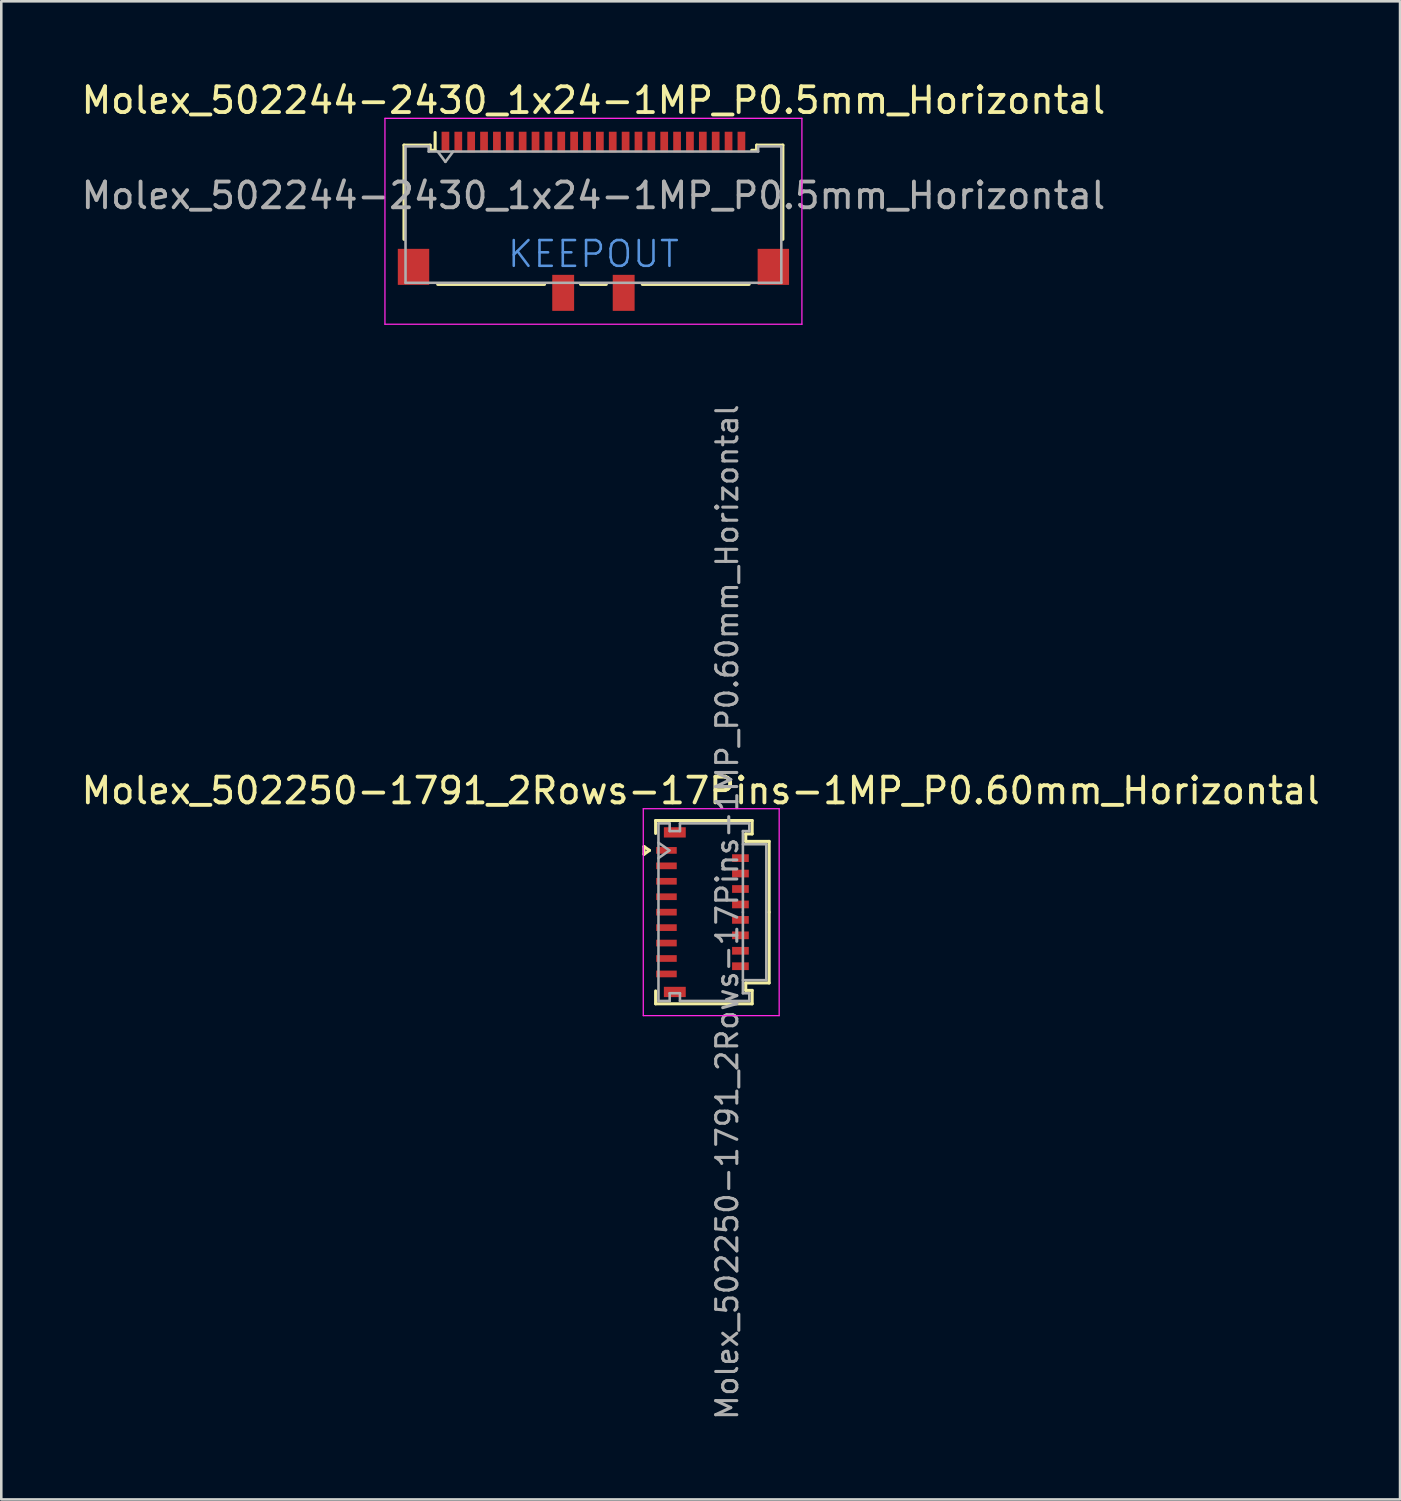
<source format=kicad_pcb>
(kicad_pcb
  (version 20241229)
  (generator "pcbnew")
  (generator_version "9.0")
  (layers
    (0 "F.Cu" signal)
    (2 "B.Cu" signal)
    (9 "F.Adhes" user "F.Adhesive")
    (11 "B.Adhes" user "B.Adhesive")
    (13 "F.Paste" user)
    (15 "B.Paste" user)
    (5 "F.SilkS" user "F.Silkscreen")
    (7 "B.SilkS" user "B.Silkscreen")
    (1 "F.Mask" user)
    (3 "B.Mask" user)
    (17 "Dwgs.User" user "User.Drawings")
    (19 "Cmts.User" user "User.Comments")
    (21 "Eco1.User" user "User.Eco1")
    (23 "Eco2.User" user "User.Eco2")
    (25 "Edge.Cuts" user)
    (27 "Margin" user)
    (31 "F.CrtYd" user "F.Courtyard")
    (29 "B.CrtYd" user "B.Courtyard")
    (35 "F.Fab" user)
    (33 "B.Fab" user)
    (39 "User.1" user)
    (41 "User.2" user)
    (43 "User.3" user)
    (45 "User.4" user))
  (footprint "Molex_502244-2430_1x24-1MP_P0.5mm_Horizontal"
    (layer "F.Cu")
    (at 20.006 5.548)
    (property "Reference" "Molex_502244-2430_1x24-1MP_P0.5mm_Horizontal" (at 0 -4.7 0) (layer "F.SilkS") (effects (font (size 1 1) (thickness 0.15))))
    (attr smd)
    (fp_line (start -7.36 -2.96) (end -6.35 -2.96) (stroke (width 0.12) (type solid)) (layer "F.SilkS"))
    (fp_line (start -7.36 0.7) (end -7.36 -2.96) (stroke (width 0.12) (type solid)) (layer "F.SilkS"))
    (fp_line (start -6.34 -2.76) (end -6.34 -2.96) (stroke (width 0.12) (type solid)) (layer "F.SilkS"))
    (fp_line (start -6.34 -2.76) (end -6.15 -2.76) (stroke (width 0.12) (type solid)) (layer "F.SilkS"))
    (fp_line (start -6.15 -2.76) (end -6.15 -3.45) (stroke (width 0.12) (type solid)) (layer "F.SilkS"))
    (fp_line (start -6.05 2.45) (end -1.9 2.45) (stroke (width 0.12) (type solid)) (layer "F.SilkS"))
    (fp_line (start -0.5 2.45) (end 0.5 2.45) (stroke (width 0.12) (type solid)) (layer "F.SilkS"))
    (fp_line (start 1.9 2.45) (end 6.05 2.45) (stroke (width 0.12) (type solid)) (layer "F.SilkS"))
    (fp_line (start 6.34 -2.96) (end 6.34 -2.76) (stroke (width 0.12) (type solid)) (layer "F.SilkS"))
    (fp_line (start 6.34 -2.76) (end 6.15 -2.76) (stroke (width 0.12) (type solid)) (layer "F.SilkS"))
    (fp_line (start 6.35 -2.96) (end 7.36 -2.96) (stroke (width 0.12) (type solid)) (layer "F.SilkS"))
    (fp_line (start 7.36 -2.96) (end 7.36 0.7) (stroke (width 0.12) (type solid)) (layer "F.SilkS"))
    (fp_line (start -8.1 -4) (end 8.1 -4) (stroke (width 0.05) (type solid)) (layer "F.CrtYd"))
    (fp_line (start -8.1 4) (end -8.1 -4) (stroke (width 0.05) (type solid)) (layer "F.CrtYd"))
    (fp_line (start 8.1 -4) (end 8.1 4) (stroke (width 0.05) (type solid)) (layer "F.CrtYd"))
    (fp_line (start 8.1 4) (end -8.1 4) (stroke (width 0.05) (type solid)) (layer "F.CrtYd"))
    (fp_line (start -7.3 -2.91) (end -7.3 2.39) (stroke (width 0.1) (type solid)) (layer "F.Fab"))
    (fp_line (start -7.3 2.39) (end 7.3 2.39) (stroke (width 0.1) (type solid)) (layer "F.Fab"))
    (fp_line (start -6.4 -2.91) (end -7.3 -2.91) (stroke (width 0.1) (type solid)) (layer "F.Fab"))
    (fp_line (start -6.4 -2.71) (end -6.4 -2.91) (stroke (width 0.1) (type solid)) (layer "F.Fab"))
    (fp_line (start -6.05 -2.71) (end -5.75 -2.31) (stroke (width 0.1) (type solid)) (layer "F.Fab"))
    (fp_line (start -5.75 -2.31) (end -5.45 -2.71) (stroke (width 0.1) (type solid)) (layer "F.Fab"))
    (fp_line (start 6.4 -2.91) (end 6.4 -2.71) (stroke (width 0.1) (type solid)) (layer "F.Fab"))
    (fp_line (start 6.4 -2.71) (end -6.4 -2.71) (stroke (width 0.1) (type solid)) (layer "F.Fab"))
    (fp_line (start 7.3 -2.91) (end 6.4 -2.91) (stroke (width 0.1) (type solid)) (layer "F.Fab"))
    (fp_line (start 7.3 -2.91) (end 7.3 2.39) (stroke (width 0.1) (type solid)) (layer "F.Fab"))
    (fp_text user "KEEPOUT" (at 0 1.271 0) (layer "Cmts.User") (effects (font (size 1 1) (thickness 0.1))))
    (fp_text user "${REFERENCE}" (at 0 -1 0) (layer "F.Fab") (effects (font (size 1 1) (thickness 0.15))))
    (pad "1" smd rect (at -5.75 -3.08) (size 0.3 0.8) (layers "F.Cu" "F.Mask" "F.Paste"))
    (pad "2" smd rect (at -5.25 -3.08) (size 0.3 0.8) (layers "F.Cu" "F.Mask" "F.Paste"))
    (pad "3" smd rect (at -4.75 -3.08) (size 0.3 0.8) (layers "F.Cu" "F.Mask" "F.Paste"))
    (pad "4" smd rect (at -4.25 -3.08) (size 0.3 0.8) (layers "F.Cu" "F.Mask" "F.Paste"))
    (pad "5" smd rect (at -3.75 -3.08) (size 0.3 0.8) (layers "F.Cu" "F.Mask" "F.Paste"))
    (pad "6" smd rect (at -3.25 -3.08) (size 0.3 0.8) (layers "F.Cu" "F.Mask" "F.Paste"))
    (pad "7" smd rect (at -2.75 -3.08) (size 0.3 0.8) (layers "F.Cu" "F.Mask" "F.Paste"))
    (pad "8" smd rect (at -2.25 -3.08) (size 0.3 0.8) (layers "F.Cu" "F.Mask" "F.Paste"))
    (pad "9" smd rect (at -1.75 -3.08) (size 0.3 0.8) (layers "F.Cu" "F.Mask" "F.Paste"))
    (pad "10" smd rect (at -1.25 -3.08) (size 0.3 0.8) (layers "F.Cu" "F.Mask" "F.Paste"))
    (pad "11" smd rect (at -0.75 -3.08) (size 0.3 0.8) (layers "F.Cu" "F.Mask" "F.Paste"))
    (pad "12" smd rect (at -0.25 -3.08) (size 0.3 0.8) (layers "F.Cu" "F.Mask" "F.Paste"))
    (pad "13" smd rect (at 0.25 -3.08) (size 0.3 0.8) (layers "F.Cu" "F.Mask" "F.Paste"))
    (pad "14" smd rect (at 0.75 -3.08) (size 0.3 0.8) (layers "F.Cu" "F.Mask" "F.Paste"))
    (pad "15" smd rect (at 1.25 -3.08) (size 0.3 0.8) (layers "F.Cu" "F.Mask" "F.Paste"))
    (pad "16" smd rect (at 1.75 -3.08) (size 0.3 0.8) (layers "F.Cu" "F.Mask" "F.Paste"))
    (pad "17" smd rect (at 2.25 -3.08) (size 0.3 0.8) (layers "F.Cu" "F.Mask" "F.Paste"))
    (pad "18" smd rect (at 2.75 -3.08) (size 0.3 0.8) (layers "F.Cu" "F.Mask" "F.Paste"))
    (pad "19" smd rect (at 3.25 -3.08) (size 0.3 0.8) (layers "F.Cu" "F.Mask" "F.Paste"))
    (pad "20" smd rect (at 3.75 -3.08) (size 0.3 0.8) (layers "F.Cu" "F.Mask" "F.Paste"))
    (pad "21" smd rect (at 4.25 -3.08) (size 0.3 0.8) (layers "F.Cu" "F.Mask" "F.Paste"))
    (pad "22" smd rect (at 4.75 -3.08) (size 0.3 0.8) (layers "F.Cu" "F.Mask" "F.Paste"))
    (pad "23" smd rect (at 5.25 -3.08) (size 0.3 0.8) (layers "F.Cu" "F.Mask" "F.Paste"))
    (pad "24" smd rect (at 5.75 -3.08) (size 0.3 0.8) (layers "F.Cu" "F.Mask" "F.Paste"))
    (pad "MP" smd rect (at -6.99 1.77) (size 1.22 1.4) (layers "F.Cu" "F.Mask" "F.Paste"))
    (pad "MP" smd rect (at -1.175 2.78) (size 0.85 1.4) (layers "F.Cu" "F.Mask" "F.Paste"))
    (pad "MP" smd rect (at 1.175 2.78) (size 0.85 1.4) (layers "F.Cu" "F.Mask" "F.Paste"))
    (pad "MP" smd rect (at 6.99 1.77) (size 1.22 1.4) (layers "F.Cu" "F.Mask" "F.Paste"))
    (zone (net_name "") (layer "F.Cu") (hatch full 0.508) (connect_pads) (min_thickness 0.254) (filled_areas_thickness no) (keepout (tracks not_allowed) (vias not_allowed) (pads not_allowed) (copperpour not_allowed) (footprints not_allowed)) (placement (enabled no)) (fill) (polygon (pts (xy 20.006 8.058) (xy 19.256 8.058) (xy 19.256 7.628) (xy 18.406 7.628) (xy 18.406 8.058) (xy 13.626 8.058) (xy 13.626 5.508) (xy 20.006 5.508))))
    (zone (net_name "") (layer "F.Cu") (hatch full 0.508) (connect_pads) (min_thickness 0.254) (filled_areas_thickness no) (keepout (tracks not_allowed) (vias not_allowed) (pads not_allowed) (copperpour not_allowed) (footprints not_allowed)) (placement (enabled no)) (fill) (polygon (pts (xy 20.006 8.058) (xy 20.756 8.058) (xy 20.756 7.628) (xy 21.606 7.628) (xy 21.606 8.058) (xy 26.386 8.058) (xy 26.386 5.508) (xy 20.006 5.508)))))
  (footprint "Molex_502250-1791_2Rows-17Pins-1MP_P0.60mm_Horizontal"
    (layer "F.Cu")
    (at 24.243 32.39)
    (property "Reference" "Molex_502250-1791_2Rows-17Pins-1MP_P0.60mm_Horizontal" (at -0.07 -4.72 0) (layer "F.SilkS") (effects (font (size 1 1) (thickness 0.15))))
    (attr smd)
    (fp_line (start -2.272 -2.55) (end -2.06 -2.4) (stroke (width 0.12) (type solid)) (layer "F.SilkS"))
    (fp_line (start -2.272 -2.25) (end -2.272 -2.55) (stroke (width 0.12) (type solid)) (layer "F.SilkS"))
    (fp_line (start -2.06 -2.4) (end -2.272 -2.25) (stroke (width 0.12) (type solid)) (layer "F.SilkS"))
    (fp_line (start -1.82 -3.56) (end 1.93 -3.56) (stroke (width 0.12) (type solid)) (layer "F.SilkS"))
    (fp_line (start -1.82 -3.06) (end -1.82 -3.56) (stroke (width 0.12) (type solid)) (layer "F.SilkS"))
    (fp_line (start -1.82 3.06) (end -1.82 3.56) (stroke (width 0.12) (type solid)) (layer "F.SilkS"))
    (fp_line (start -1.82 3.56) (end 1.93 3.56) (stroke (width 0.12) (type solid)) (layer "F.SilkS"))
    (fp_line (start 1.68 -3.04) (end 1.68 -2.75) (stroke (width 0.12) (type solid)) (layer "F.SilkS"))
    (fp_line (start 1.68 -2.75) (end 2.59 -2.75) (stroke (width 0.12) (type solid)) (layer "F.SilkS"))
    (fp_line (start 1.68 2.75) (end 2.59 2.75) (stroke (width 0.12) (type solid)) (layer "F.SilkS"))
    (fp_line (start 1.68 3.04) (end 1.68 2.75) (stroke (width 0.12) (type solid)) (layer "F.SilkS"))
    (fp_line (start 1.93 -3.56) (end 1.93 -3.04) (stroke (width 0.12) (type solid)) (layer "F.SilkS"))
    (fp_line (start 1.93 -3.04) (end 1.68 -3.04) (stroke (width 0.12) (type solid)) (layer "F.SilkS"))
    (fp_line (start 1.93 3.04) (end 1.68 3.04) (stroke (width 0.12) (type solid)) (layer "F.SilkS"))
    (fp_line (start 1.93 3.56) (end 1.93 3.04) (stroke (width 0.12) (type solid)) (layer "F.SilkS"))
    (fp_line (start 2.59 -2.75) (end 2.59 0) (stroke (width 0.12) (type solid)) (layer "F.SilkS"))
    (fp_line (start 2.59 2.75) (end 2.59 0) (stroke (width 0.12) (type solid)) (layer "F.SilkS"))
    (fp_line (start -2.3 -4.02) (end -2.3 4.02) (stroke (width 0.05) (type solid)) (layer "F.CrtYd"))
    (fp_line (start -2.3 4.02) (end 2.98 4.02) (stroke (width 0.05) (type solid)) (layer "F.CrtYd"))
    (fp_line (start 2.98 -4.02) (end -2.3 -4.02) (stroke (width 0.05) (type solid)) (layer "F.CrtYd"))
    (fp_line (start 2.98 4.02) (end 2.98 -4.02) (stroke (width 0.05) (type solid)) (layer "F.CrtYd"))
    (fp_line (start -1.71 -3.45) (end -1.275 -3.45) (stroke (width 0.1) (type solid)) (layer "F.Fab"))
    (fp_line (start -1.71 -2.7) (end -1.286 -2.4) (stroke (width 0.1) (type solid)) (layer "F.Fab"))
    (fp_line (start -1.71 0) (end -1.71 -3.45) (stroke (width 0.1) (type solid)) (layer "F.Fab"))
    (fp_line (start -1.71 0) (end -1.71 3.45) (stroke (width 0.1) (type solid)) (layer "F.Fab"))
    (fp_line (start -1.71 3.45) (end -1.275 3.45) (stroke (width 0.1) (type solid)) (layer "F.Fab"))
    (fp_line (start -1.286 -2.4) (end -1.71 -2.1) (stroke (width 0.1) (type solid)) (layer "F.Fab"))
    (fp_line (start -1.275 -3.45) (end -1.275 -3.15) (stroke (width 0.1) (type solid)) (layer "F.Fab"))
    (fp_line (start -1.275 -3.15) (end -0.875 -3.15) (stroke (width 0.1) (type solid)) (layer "F.Fab"))
    (fp_line (start -1.275 3.15) (end -0.875 3.15) (stroke (width 0.1) (type solid)) (layer "F.Fab"))
    (fp_line (start -1.275 3.45) (end -1.275 3.15) (stroke (width 0.1) (type solid)) (layer "F.Fab"))
    (fp_line (start -0.875 -3.45) (end 1.82 -3.45) (stroke (width 0.1) (type solid)) (layer "F.Fab"))
    (fp_line (start -0.875 -3.15) (end -0.875 -3.45) (stroke (width 0.1) (type solid)) (layer "F.Fab"))
    (fp_line (start -0.875 3.15) (end -0.875 3.45) (stroke (width 0.1) (type solid)) (layer "F.Fab"))
    (fp_line (start -0.875 3.45) (end 1.82 3.45) (stroke (width 0.1) (type solid)) (layer "F.Fab"))
    (fp_line (start 1.57 -3.15) (end 1.57 0) (stroke (width 0.1) (type solid)) (layer "F.Fab"))
    (fp_line (start 1.57 -2.64) (end 2.48 -2.64) (stroke (width 0.1) (type solid)) (layer "F.Fab"))
    (fp_line (start 1.57 3.15) (end 1.57 0) (stroke (width 0.1) (type solid)) (layer "F.Fab"))
    (fp_line (start 1.82 -3.45) (end 1.82 -3.15) (stroke (width 0.1) (type solid)) (layer "F.Fab"))
    (fp_line (start 1.82 -3.15) (end 1.57 -3.15) (stroke (width 0.1) (type solid)) (layer "F.Fab"))
    (fp_line (start 1.82 3.15) (end 1.57 3.15) (stroke (width 0.1) (type solid)) (layer "F.Fab"))
    (fp_line (start 1.82 3.45) (end 1.82 3.15) (stroke (width 0.1) (type solid)) (layer "F.Fab"))
    (fp_line (start 2.48 -2.64) (end 2.48 2.64) (stroke (width 0.1) (type solid)) (layer "F.Fab"))
    (fp_line (start 2.48 2.64) (end 1.57 2.64) (stroke (width 0.1) (type solid)) (layer "F.Fab"))
    (fp_text user "${REFERENCE}" (at 0.96 0 90) (layer "F.Fab") (effects (font (size 0.82 0.82) (thickness 0.12))))
    (pad "1" smd rect (at -1.4 -2.4) (size 0.8 0.26) (layers "F.Cu" "F.Mask" "F.Paste"))
    (pad "2" smd rect (at 1.475 -2.1) (size 0.65 0.3) (layers "F.Cu" "F.Mask" "F.Paste"))
    (pad "3" smd rect (at -1.4 -1.8) (size 0.8 0.26) (layers "F.Cu" "F.Mask" "F.Paste"))
    (pad "4" smd rect (at 1.475 -1.5) (size 0.65 0.3) (layers "F.Cu" "F.Mask" "F.Paste"))
    (pad "5" smd rect (at -1.4 -1.2) (size 0.8 0.26) (layers "F.Cu" "F.Mask" "F.Paste"))
    (pad "6" smd rect (at 1.475 -0.9) (size 0.65 0.3) (layers "F.Cu" "F.Mask" "F.Paste"))
    (pad "7" smd rect (at -1.4 -0.6) (size 0.8 0.26) (layers "F.Cu" "F.Mask" "F.Paste"))
    (pad "8" smd rect (at 1.475 -0.3) (size 0.65 0.3) (layers "F.Cu" "F.Mask" "F.Paste"))
    (pad "9" smd rect (at -1.4 0) (size 0.8 0.26) (layers "F.Cu" "F.Mask" "F.Paste"))
    (pad "10" smd rect (at 1.475 0.3) (size 0.65 0.3) (layers "F.Cu" "F.Mask" "F.Paste"))
    (pad "11" smd rect (at -1.4 0.6) (size 0.8 0.26) (layers "F.Cu" "F.Mask" "F.Paste"))
    (pad "12" smd rect (at 1.475 0.9) (size 0.65 0.3) (layers "F.Cu" "F.Mask" "F.Paste"))
    (pad "13" smd rect (at -1.4 1.2) (size 0.8 0.26) (layers "F.Cu" "F.Mask" "F.Paste"))
    (pad "14" smd rect (at 1.475 1.5) (size 0.65 0.3) (layers "F.Cu" "F.Mask" "F.Paste"))
    (pad "15" smd rect (at -1.4 1.8) (size 0.8 0.26) (layers "F.Cu" "F.Mask" "F.Paste"))
    (pad "16" smd rect (at 1.475 2.1) (size 0.65 0.3) (layers "F.Cu" "F.Mask" "F.Paste"))
    (pad "17" smd rect (at -1.4 2.4) (size 0.8 0.26) (layers "F.Cu" "F.Mask" "F.Paste"))
    (pad "MP" smd rect (at -1.075 -3.1) (size 0.85 0.4) (layers "F.Cu" "F.Mask" "F.Paste"))
    (pad "MP" smd rect (at -1.075 3.1) (size 0.85 0.4) (layers "F.Cu" "F.Mask" "F.Paste")))
  (gr_rect
    (start -3 -3)
    (end 51.345 55.207)
    (stroke (width 0.1) (type default))
    (fill no)
    (layer "Edge.Cuts")))
</source>
